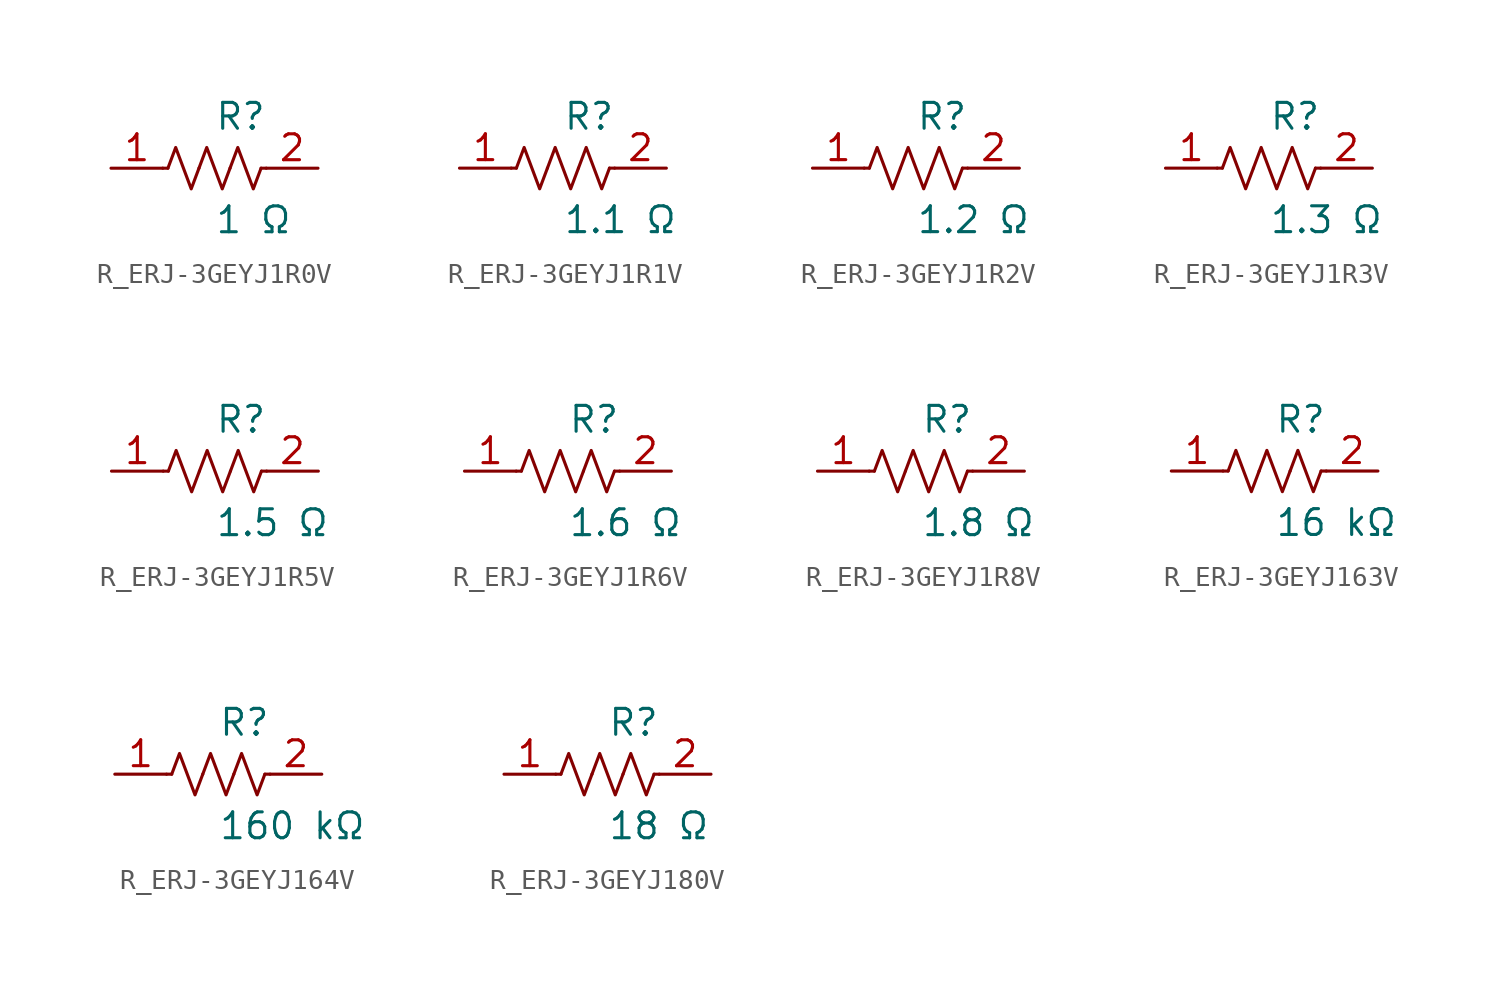
<source format=kicad_sym>
(kicad_symbol_lib
  (version 20231120)
  (generator kicad_symbol_editor)
  (generator_version 8.0)
  (symbol "R_ERJ-3GEYJ1R0V"
    (pin_names
      (offset 0.254))
    (property "Reference" "R"
      (at 0 2.54 0)
      (effects (font (size 1.27 1.27)) (justify left)))
    (property "Value" "1 Ω"
      (at 0 -2.54 0)
      (effects (font (size 1.27 1.27)) (justify left)))
    (symbol "R_ERJ-3GEYJ1R0V_0_1"
      (polyline (pts (xy 2.286 0) (xy 2.54 0)) (stroke (width 0) (type default)) (fill (type none)))
      (polyline (pts (xy -2.286 0) (xy -2.54 0)) (stroke (width 0) (type default)) (fill (type none)))
      (polyline (pts (xy 0.762 0) (xy 1.143 1.016) (xy 1.524 0) (xy 1.905 -1.016) (xy 2.286 0)) (stroke (width 0) (type default)) (fill (type none)))
      (polyline (pts (xy -0.762 0) (xy -0.381 1.016) (xy 0 0) (xy 0.381 -1.016) (xy 0.762 0)) (stroke (width 0) (type default)) (fill (type none)))
      (polyline (pts (xy -2.286 0) (xy -1.905 1.016) (xy -1.524 0) (xy -1.143 -1.016) (xy -0.762 0)) (stroke (width 0) (type default)) (fill (type none))))
    (pin passive line
      (at -5.08 0 0)
      (length 2.54)
      (name "" (effects (font (size 1.27 1.27))))
      (number "1" (effects (font (size 1.27 1.27)))))
    (pin passive line
      (at 5.08 0 180)
      (length 2.54)
      (name "" (effects (font (size 1.27 1.27))))
      (number "2" (effects (font (size 1.27 1.27))))))
  (symbol "R_ERJ-3GEYJ1R1V"
    (pin_names
      (offset 0.254))
    (property "Reference" "R"
      (at 0 2.54 0)
      (effects (font (size 1.27 1.27)) (justify left)))
    (property "Value" "1.1 Ω"
      (at 0 -2.54 0)
      (effects (font (size 1.27 1.27)) (justify left)))
    (symbol "R_ERJ-3GEYJ1R1V_0_1"
      (polyline (pts (xy 2.286 0) (xy 2.54 0)) (stroke (width 0) (type default)) (fill (type none)))
      (polyline (pts (xy -2.286 0) (xy -2.54 0)) (stroke (width 0) (type default)) (fill (type none)))
      (polyline (pts (xy 0.762 0) (xy 1.143 1.016) (xy 1.524 0) (xy 1.905 -1.016) (xy 2.286 0)) (stroke (width 0) (type default)) (fill (type none)))
      (polyline (pts (xy -0.762 0) (xy -0.381 1.016) (xy 0 0) (xy 0.381 -1.016) (xy 0.762 0)) (stroke (width 0) (type default)) (fill (type none)))
      (polyline (pts (xy -2.286 0) (xy -1.905 1.016) (xy -1.524 0) (xy -1.143 -1.016) (xy -0.762 0)) (stroke (width 0) (type default)) (fill (type none))))
    (pin passive line
      (at -5.08 0 0)
      (length 2.54)
      (name "" (effects (font (size 1.27 1.27))))
      (number "1" (effects (font (size 1.27 1.27)))))
    (pin passive line
      (at 5.08 0 180)
      (length 2.54)
      (name "" (effects (font (size 1.27 1.27))))
      (number "2" (effects (font (size 1.27 1.27))))))
  (symbol "R_ERJ-3GEYJ1R2V"
    (pin_names
      (offset 0.254))
    (property "Reference" "R"
      (at 0 2.54 0)
      (effects (font (size 1.27 1.27)) (justify left)))
    (property "Value" "1.2 Ω"
      (at 0 -2.54 0)
      (effects (font (size 1.27 1.27)) (justify left)))
    (symbol "R_ERJ-3GEYJ1R2V_0_1"
      (polyline (pts (xy 2.286 0) (xy 2.54 0)) (stroke (width 0) (type default)) (fill (type none)))
      (polyline (pts (xy -2.286 0) (xy -2.54 0)) (stroke (width 0) (type default)) (fill (type none)))
      (polyline (pts (xy 0.762 0) (xy 1.143 1.016) (xy 1.524 0) (xy 1.905 -1.016) (xy 2.286 0)) (stroke (width 0) (type default)) (fill (type none)))
      (polyline (pts (xy -0.762 0) (xy -0.381 1.016) (xy 0 0) (xy 0.381 -1.016) (xy 0.762 0)) (stroke (width 0) (type default)) (fill (type none)))
      (polyline (pts (xy -2.286 0) (xy -1.905 1.016) (xy -1.524 0) (xy -1.143 -1.016) (xy -0.762 0)) (stroke (width 0) (type default)) (fill (type none))))
    (pin passive line
      (at -5.08 0 0)
      (length 2.54)
      (name "" (effects (font (size 1.27 1.27))))
      (number "1" (effects (font (size 1.27 1.27)))))
    (pin passive line
      (at 5.08 0 180)
      (length 2.54)
      (name "" (effects (font (size 1.27 1.27))))
      (number "2" (effects (font (size 1.27 1.27))))))
  (symbol "R_ERJ-3GEYJ1R3V"
    (pin_names
      (offset 0.254))
    (property "Reference" "R"
      (at 0 2.54 0)
      (effects (font (size 1.27 1.27)) (justify left)))
    (property "Value" "1.3 Ω"
      (at 0 -2.54 0)
      (effects (font (size 1.27 1.27)) (justify left)))
    (symbol "R_ERJ-3GEYJ1R3V_0_1"
      (polyline (pts (xy 2.286 0) (xy 2.54 0)) (stroke (width 0) (type default)) (fill (type none)))
      (polyline (pts (xy -2.286 0) (xy -2.54 0)) (stroke (width 0) (type default)) (fill (type none)))
      (polyline (pts (xy 0.762 0) (xy 1.143 1.016) (xy 1.524 0) (xy 1.905 -1.016) (xy 2.286 0)) (stroke (width 0) (type default)) (fill (type none)))
      (polyline (pts (xy -0.762 0) (xy -0.381 1.016) (xy 0 0) (xy 0.381 -1.016) (xy 0.762 0)) (stroke (width 0) (type default)) (fill (type none)))
      (polyline (pts (xy -2.286 0) (xy -1.905 1.016) (xy -1.524 0) (xy -1.143 -1.016) (xy -0.762 0)) (stroke (width 0) (type default)) (fill (type none))))
    (pin passive line
      (at -5.08 0 0)
      (length 2.54)
      (name "" (effects (font (size 1.27 1.27))))
      (number "1" (effects (font (size 1.27 1.27)))))
    (pin passive line
      (at 5.08 0 180)
      (length 2.54)
      (name "" (effects (font (size 1.27 1.27))))
      (number "2" (effects (font (size 1.27 1.27))))))
  (symbol "R_ERJ-3GEYJ1R5V"
    (pin_names
      (offset 0.254))
    (property "Reference" "R"
      (at 0 2.54 0)
      (effects (font (size 1.27 1.27)) (justify left)))
    (property "Value" "1.5 Ω"
      (at 0 -2.54 0)
      (effects (font (size 1.27 1.27)) (justify left)))
    (symbol "R_ERJ-3GEYJ1R5V_0_1"
      (polyline (pts (xy 2.286 0) (xy 2.54 0)) (stroke (width 0) (type default)) (fill (type none)))
      (polyline (pts (xy -2.286 0) (xy -2.54 0)) (stroke (width 0) (type default)) (fill (type none)))
      (polyline (pts (xy 0.762 0) (xy 1.143 1.016) (xy 1.524 0) (xy 1.905 -1.016) (xy 2.286 0)) (stroke (width 0) (type default)) (fill (type none)))
      (polyline (pts (xy -0.762 0) (xy -0.381 1.016) (xy 0 0) (xy 0.381 -1.016) (xy 0.762 0)) (stroke (width 0) (type default)) (fill (type none)))
      (polyline (pts (xy -2.286 0) (xy -1.905 1.016) (xy -1.524 0) (xy -1.143 -1.016) (xy -0.762 0)) (stroke (width 0) (type default)) (fill (type none))))
    (pin passive line
      (at -5.08 0 0)
      (length 2.54)
      (name "" (effects (font (size 1.27 1.27))))
      (number "1" (effects (font (size 1.27 1.27)))))
    (pin passive line
      (at 5.08 0 180)
      (length 2.54)
      (name "" (effects (font (size 1.27 1.27))))
      (number "2" (effects (font (size 1.27 1.27))))))
  (symbol "R_ERJ-3GEYJ1R6V"
    (pin_names
      (offset 0.254))
    (property "Reference" "R"
      (at 0 2.54 0)
      (effects (font (size 1.27 1.27)) (justify left)))
    (property "Value" "1.6 Ω"
      (at 0 -2.54 0)
      (effects (font (size 1.27 1.27)) (justify left)))
    (symbol "R_ERJ-3GEYJ1R6V_0_1"
      (polyline (pts (xy 2.286 0) (xy 2.54 0)) (stroke (width 0) (type default)) (fill (type none)))
      (polyline (pts (xy -2.286 0) (xy -2.54 0)) (stroke (width 0) (type default)) (fill (type none)))
      (polyline (pts (xy 0.762 0) (xy 1.143 1.016) (xy 1.524 0) (xy 1.905 -1.016) (xy 2.286 0)) (stroke (width 0) (type default)) (fill (type none)))
      (polyline (pts (xy -0.762 0) (xy -0.381 1.016) (xy 0 0) (xy 0.381 -1.016) (xy 0.762 0)) (stroke (width 0) (type default)) (fill (type none)))
      (polyline (pts (xy -2.286 0) (xy -1.905 1.016) (xy -1.524 0) (xy -1.143 -1.016) (xy -0.762 0)) (stroke (width 0) (type default)) (fill (type none))))
    (pin passive line
      (at -5.08 0 0)
      (length 2.54)
      (name "" (effects (font (size 1.27 1.27))))
      (number "1" (effects (font (size 1.27 1.27)))))
    (pin passive line
      (at 5.08 0 180)
      (length 2.54)
      (name "" (effects (font (size 1.27 1.27))))
      (number "2" (effects (font (size 1.27 1.27))))))
  (symbol "R_ERJ-3GEYJ1R8V"
    (pin_names
      (offset 0.254))
    (property "Reference" "R"
      (at 0 2.54 0)
      (effects (font (size 1.27 1.27)) (justify left)))
    (property "Value" "1.8 Ω"
      (at 0 -2.54 0)
      (effects (font (size 1.27 1.27)) (justify left)))
    (symbol "R_ERJ-3GEYJ1R8V_0_1"
      (polyline (pts (xy 2.286 0) (xy 2.54 0)) (stroke (width 0) (type default)) (fill (type none)))
      (polyline (pts (xy -2.286 0) (xy -2.54 0)) (stroke (width 0) (type default)) (fill (type none)))
      (polyline (pts (xy 0.762 0) (xy 1.143 1.016) (xy 1.524 0) (xy 1.905 -1.016) (xy 2.286 0)) (stroke (width 0) (type default)) (fill (type none)))
      (polyline (pts (xy -0.762 0) (xy -0.381 1.016) (xy 0 0) (xy 0.381 -1.016) (xy 0.762 0)) (stroke (width 0) (type default)) (fill (type none)))
      (polyline (pts (xy -2.286 0) (xy -1.905 1.016) (xy -1.524 0) (xy -1.143 -1.016) (xy -0.762 0)) (stroke (width 0) (type default)) (fill (type none))))
    (pin passive line
      (at -5.08 0 0)
      (length 2.54)
      (name "" (effects (font (size 1.27 1.27))))
      (number "1" (effects (font (size 1.27 1.27)))))
    (pin passive line
      (at 5.08 0 180)
      (length 2.54)
      (name "" (effects (font (size 1.27 1.27))))
      (number "2" (effects (font (size 1.27 1.27))))))
  (symbol "R_ERJ-3GEYJ163V"
    (pin_names
      (offset 0.254))
    (property "Reference" "R"
      (at 0 2.54 0)
      (effects (font (size 1.27 1.27)) (justify left)))
    (property "Value" "16 kΩ"
      (at 0 -2.54 0)
      (effects (font (size 1.27 1.27)) (justify left)))
    (symbol "R_ERJ-3GEYJ163V_0_1"
      (polyline (pts (xy 2.286 0) (xy 2.54 0)) (stroke (width 0) (type default)) (fill (type none)))
      (polyline (pts (xy -2.286 0) (xy -2.54 0)) (stroke (width 0) (type default)) (fill (type none)))
      (polyline (pts (xy 0.762 0) (xy 1.143 1.016) (xy 1.524 0) (xy 1.905 -1.016) (xy 2.286 0)) (stroke (width 0) (type default)) (fill (type none)))
      (polyline (pts (xy -0.762 0) (xy -0.381 1.016) (xy 0 0) (xy 0.381 -1.016) (xy 0.762 0)) (stroke (width 0) (type default)) (fill (type none)))
      (polyline (pts (xy -2.286 0) (xy -1.905 1.016) (xy -1.524 0) (xy -1.143 -1.016) (xy -0.762 0)) (stroke (width 0) (type default)) (fill (type none))))
    (pin passive line
      (at -5.08 0 0)
      (length 2.54)
      (name "" (effects (font (size 1.27 1.27))))
      (number "1" (effects (font (size 1.27 1.27)))))
    (pin passive line
      (at 5.08 0 180)
      (length 2.54)
      (name "" (effects (font (size 1.27 1.27))))
      (number "2" (effects (font (size 1.27 1.27))))))
  (symbol "R_ERJ-3GEYJ164V"
    (pin_names
      (offset 0.254))
    (property "Reference" "R"
      (at 0 2.54 0)
      (effects (font (size 1.27 1.27)) (justify left)))
    (property "Value" "160 kΩ"
      (at 0 -2.54 0)
      (effects (font (size 1.27 1.27)) (justify left)))
    (symbol "R_ERJ-3GEYJ164V_0_1"
      (polyline (pts (xy 2.286 0) (xy 2.54 0)) (stroke (width 0) (type default)) (fill (type none)))
      (polyline (pts (xy -2.286 0) (xy -2.54 0)) (stroke (width 0) (type default)) (fill (type none)))
      (polyline (pts (xy 0.762 0) (xy 1.143 1.016) (xy 1.524 0) (xy 1.905 -1.016) (xy 2.286 0)) (stroke (width 0) (type default)) (fill (type none)))
      (polyline (pts (xy -0.762 0) (xy -0.381 1.016) (xy 0 0) (xy 0.381 -1.016) (xy 0.762 0)) (stroke (width 0) (type default)) (fill (type none)))
      (polyline (pts (xy -2.286 0) (xy -1.905 1.016) (xy -1.524 0) (xy -1.143 -1.016) (xy -0.762 0)) (stroke (width 0) (type default)) (fill (type none))))
    (pin passive line
      (at -5.08 0 0)
      (length 2.54)
      (name "" (effects (font (size 1.27 1.27))))
      (number "1" (effects (font (size 1.27 1.27)))))
    (pin passive line
      (at 5.08 0 180)
      (length 2.54)
      (name "" (effects (font (size 1.27 1.27))))
      (number "2" (effects (font (size 1.27 1.27))))))
  (symbol "R_ERJ-3GEYJ180V"
    (pin_names
      (offset 0.254))
    (property "Reference" "R"
      (at 0 2.54 0)
      (effects (font (size 1.27 1.27)) (justify left)))
    (property "Value" "18 Ω"
      (at 0 -2.54 0)
      (effects (font (size 1.27 1.27)) (justify left)))
    (symbol "R_ERJ-3GEYJ180V_0_1"
      (polyline (pts (xy 2.286 0) (xy 2.54 0)) (stroke (width 0) (type default)) (fill (type none)))
      (polyline (pts (xy -2.286 0) (xy -2.54 0)) (stroke (width 0) (type default)) (fill (type none)))
      (polyline (pts (xy 0.762 0) (xy 1.143 1.016) (xy 1.524 0) (xy 1.905 -1.016) (xy 2.286 0)) (stroke (width 0) (type default)) (fill (type none)))
      (polyline (pts (xy -0.762 0) (xy -0.381 1.016) (xy 0 0) (xy 0.381 -1.016) (xy 0.762 0)) (stroke (width 0) (type default)) (fill (type none)))
      (polyline (pts (xy -2.286 0) (xy -1.905 1.016) (xy -1.524 0) (xy -1.143 -1.016) (xy -0.762 0)) (stroke (width 0) (type default)) (fill (type none))))
    (pin passive line
      (at -5.08 0 0)
      (length 2.54)
      (name "" (effects (font (size 1.27 1.27))))
      (number "1" (effects (font (size 1.27 1.27)))))
    (pin passive line
      (at 5.08 0 180)
      (length 2.54)
      (name "" (effects (font (size 1.27 1.27))))
      (number "2" (effects (font (size 1.27 1.27)))))))
</source>
